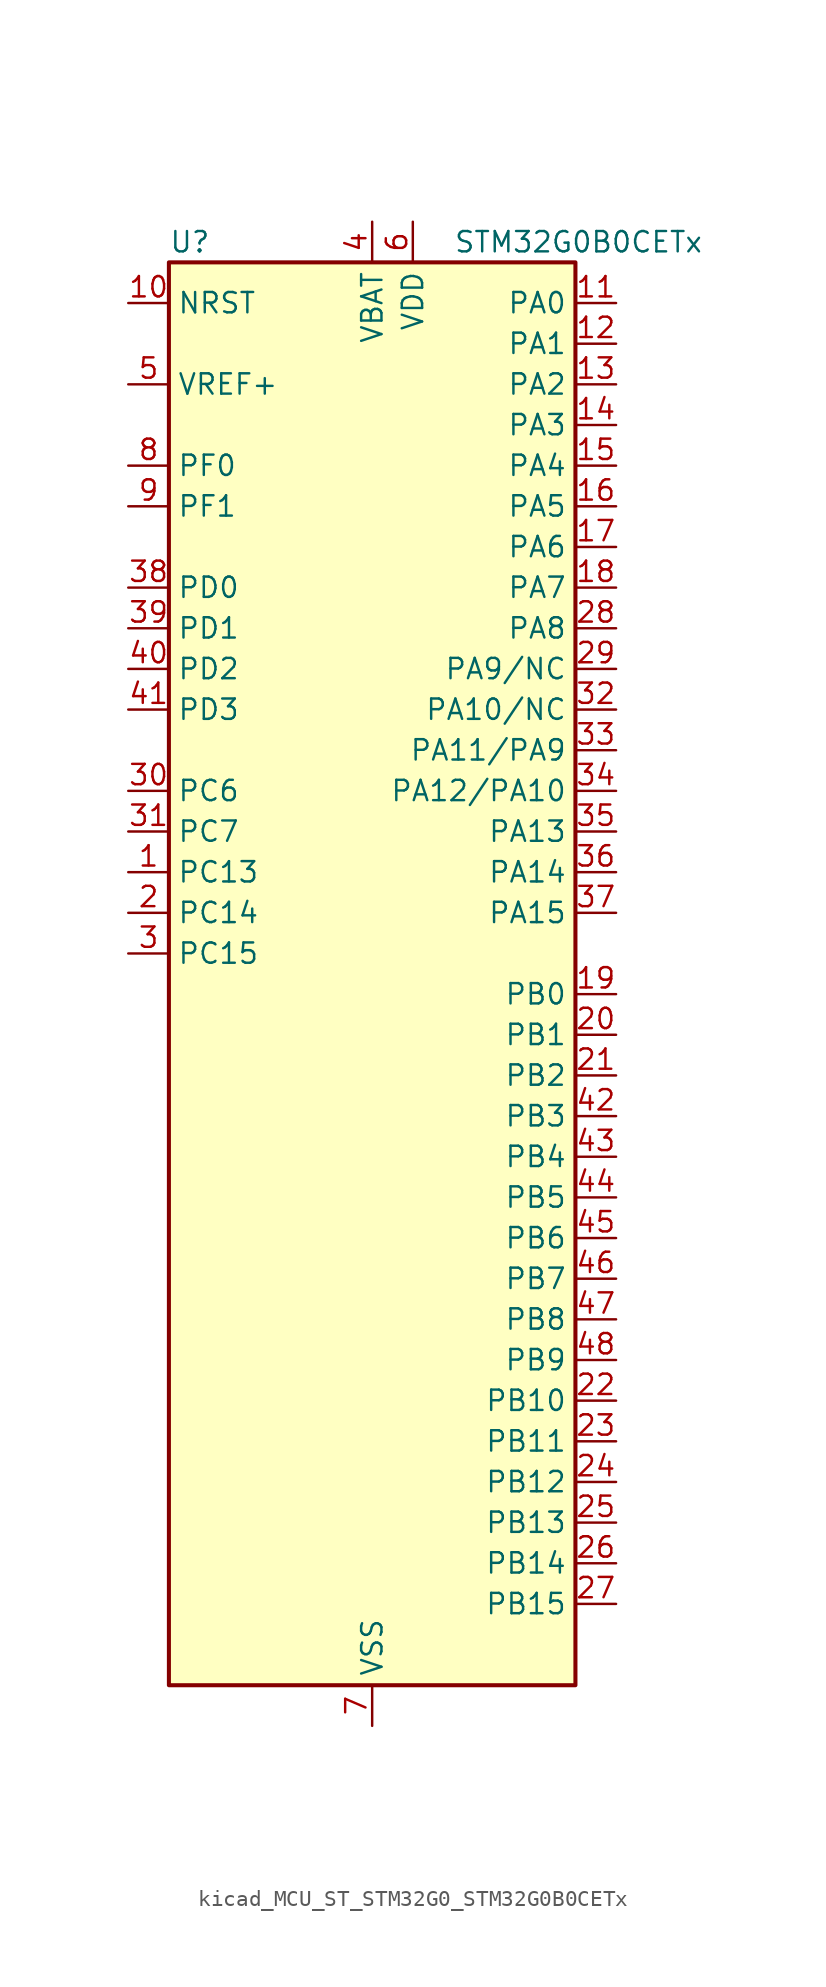
<source format=kicad_sym>
(kicad_symbol_lib
  (version 20220914)
  (generator kicad_symbol_editor)
  (symbol "kicad_MCU_ST_STM32G0_STM32G0B0CETx"
    (property "Reference" "U"
      (at -12.7 46.99 0)
      (effects (font (size 1.27 1.27)) (justify left)))
    (property "Value" "STM32G0B0CETx"
      (at 5.08 46.99 0)
      (effects (font (size 1.27 1.27)) (justify left)))
    (property "ki_locked" ""
      (at 0 0 0)
      (effects (font (size 1.27 1.27))))
    (symbol "kicad_MCU_ST_STM32G0_STM32G0B0CETx_0_1"
      (rectangle (start -12.7 -43.18) (end 12.7 45.72) (stroke (width 0.254) (type default)) (fill (type background))))
    (symbol "kicad_MCU_ST_STM32G0_STM32G0B0CETx_1_1"
      (pin bidirectional line (at -15.24 7.62 0) (length 2.54) (name "PC13" (effects (font (size 1.27 1.27)))) (number "1" (effects (font (size 1.27 1.27)))) (alternate "RTC_OUT1" bidirectional line) (alternate "RTC_TAMP_IN1" bidirectional line) (alternate "RTC_TS" bidirectional line) (alternate "SYS_WKUP2" bidirectional line) (alternate "TIM1_BK" bidirectional line))
      (pin input line (at -15.24 43.18 0) (length 2.54) (name "NRST" (effects (font (size 1.27 1.27)))) (number "10" (effects (font (size 1.27 1.27)))))
      (pin bidirectional line (at 15.24 43.18 180) (length 2.54) (name "PA0" (effects (font (size 1.27 1.27)))) (number "11" (effects (font (size 1.27 1.27)))) (alternate "ADC1_IN0" bidirectional line) (alternate "I2S2_CK" bidirectional line) (alternate "RTC_TAMP_IN2" bidirectional line) (alternate "SPI2_SCK" bidirectional line) (alternate "SYS_WKUP1" bidirectional line) (alternate "USART2_CTS" bidirectional line) (alternate "USART2_NSS" bidirectional line) (alternate "USART4_TX" bidirectional line))
      (pin bidirectional line (at 15.24 40.64 180) (length 2.54) (name "PA1" (effects (font (size 1.27 1.27)))) (number "12" (effects (font (size 1.27 1.27)))) (alternate "ADC1_IN1" bidirectional line) (alternate "I2C1_SMBA" bidirectional line) (alternate "I2S1_CK" bidirectional line) (alternate "SPI1_SCK" bidirectional line) (alternate "TIM15_CH1N" bidirectional line) (alternate "USART2_CK" bidirectional line) (alternate "USART2_DE" bidirectional line) (alternate "USART2_RTS" bidirectional line) (alternate "USART4_RX" bidirectional line))
      (pin bidirectional line (at 15.24 38.1 180) (length 2.54) (name "PA2" (effects (font (size 1.27 1.27)))) (number "13" (effects (font (size 1.27 1.27)))) (alternate "ADC1_IN2" bidirectional line) (alternate "I2S1_SD" bidirectional line) (alternate "RCC_LSCO" bidirectional line) (alternate "SPI1_MOSI" bidirectional line) (alternate "SYS_WKUP4" bidirectional line) (alternate "TIM15_CH1" bidirectional line) (alternate "USART2_TX" bidirectional line))
      (pin bidirectional line (at 15.24 35.56 180) (length 2.54) (name "PA3" (effects (font (size 1.27 1.27)))) (number "14" (effects (font (size 1.27 1.27)))) (alternate "ADC1_IN3" bidirectional line) (alternate "I2S2_MCK" bidirectional line) (alternate "SPI2_MISO" bidirectional line) (alternate "TIM15_CH2" bidirectional line) (alternate "USART2_RX" bidirectional line))
      (pin bidirectional line (at 15.24 33.02 180) (length 2.54) (name "PA4" (effects (font (size 1.27 1.27)))) (number "15" (effects (font (size 1.27 1.27)))) (alternate "ADC1_IN4" bidirectional line) (alternate "I2S1_WS" bidirectional line) (alternate "I2S2_SD" bidirectional line) (alternate "RTC_OUT2" bidirectional line) (alternate "SPI1_NSS" bidirectional line) (alternate "SPI2_MOSI" bidirectional line) (alternate "SPI3_NSS" bidirectional line) (alternate "TIM14_CH1" bidirectional line) (alternate "USART6_TX" bidirectional line) (alternate "USB_NOE" bidirectional line))
      (pin bidirectional line (at 15.24 30.48 180) (length 2.54) (name "PA5" (effects (font (size 1.27 1.27)))) (number "16" (effects (font (size 1.27 1.27)))) (alternate "ADC1_IN5" bidirectional line) (alternate "I2S1_CK" bidirectional line) (alternate "SPI1_SCK" bidirectional line) (alternate "USART3_TX" bidirectional line) (alternate "USART6_RX" bidirectional line))
      (pin bidirectional line (at 15.24 27.94 180) (length 2.54) (name "PA6" (effects (font (size 1.27 1.27)))) (number "17" (effects (font (size 1.27 1.27)))) (alternate "ADC1_IN6" bidirectional line) (alternate "I2C2_SDA" bidirectional line) (alternate "I2C3_SDA" bidirectional line) (alternate "I2S1_MCK" bidirectional line) (alternate "SPI1_MISO" bidirectional line) (alternate "TIM16_CH1" bidirectional line) (alternate "TIM1_BK" bidirectional line) (alternate "TIM3_CH1" bidirectional line) (alternate "USART3_CTS" bidirectional line) (alternate "USART3_NSS" bidirectional line) (alternate "USART6_CTS" bidirectional line) (alternate "USART6_NSS" bidirectional line))
      (pin bidirectional line (at 15.24 25.4 180) (length 2.54) (name "PA7" (effects (font (size 1.27 1.27)))) (number "18" (effects (font (size 1.27 1.27)))) (alternate "ADC1_IN7" bidirectional line) (alternate "I2C2_SCL" bidirectional line) (alternate "I2C3_SCL" bidirectional line) (alternate "I2S1_SD" bidirectional line) (alternate "SPI1_MOSI" bidirectional line) (alternate "TIM14_CH1" bidirectional line) (alternate "TIM17_CH1" bidirectional line) (alternate "TIM1_CH1N" bidirectional line) (alternate "TIM3_CH2" bidirectional line) (alternate "USART6_CK" bidirectional line) (alternate "USART6_DE" bidirectional line) (alternate "USART6_RTS" bidirectional line))
      (pin bidirectional line (at 15.24 0 180) (length 2.54) (name "PB0" (effects (font (size 1.27 1.27)))) (number "19" (effects (font (size 1.27 1.27)))) (alternate "ADC1_IN8" bidirectional line) (alternate "I2S1_WS" bidirectional line) (alternate "SPI1_NSS" bidirectional line) (alternate "TIM1_CH2N" bidirectional line) (alternate "TIM3_CH3" bidirectional line) (alternate "USART3_RX" bidirectional line) (alternate "USART5_TX" bidirectional line))
      (pin bidirectional line (at -15.24 5.08 0) (length 2.54) (name "PC14" (effects (font (size 1.27 1.27)))) (number "2" (effects (font (size 1.27 1.27)))) (alternate "RCC_OSC32_IN" bidirectional line) (alternate "TIM1_BK2" bidirectional line))
      (pin bidirectional line (at 15.24 -2.54 180) (length 2.54) (name "PB1" (effects (font (size 1.27 1.27)))) (number "20" (effects (font (size 1.27 1.27)))) (alternate "ADC1_IN9" bidirectional line) (alternate "TIM14_CH1" bidirectional line) (alternate "TIM1_CH3N" bidirectional line) (alternate "TIM3_CH4" bidirectional line) (alternate "USART3_CK" bidirectional line) (alternate "USART3_DE" bidirectional line) (alternate "USART3_RTS" bidirectional line) (alternate "USART5_RX" bidirectional line))
      (pin bidirectional line (at 15.24 -5.08 180) (length 2.54) (name "PB2" (effects (font (size 1.27 1.27)))) (number "21" (effects (font (size 1.27 1.27)))) (alternate "ADC1_IN10" bidirectional line) (alternate "I2S2_MCK" bidirectional line) (alternate "RCC_MCO_2" bidirectional line) (alternate "SPI2_MISO" bidirectional line) (alternate "USART3_TX" bidirectional line))
      (pin bidirectional line (at 15.24 -25.4 180) (length 2.54) (name "PB10" (effects (font (size 1.27 1.27)))) (number "22" (effects (font (size 1.27 1.27)))) (alternate "ADC1_IN11" bidirectional line) (alternate "I2C2_SCL" bidirectional line) (alternate "I2S2_CK" bidirectional line) (alternate "SPI2_SCK" bidirectional line) (alternate "USART3_TX" bidirectional line))
      (pin bidirectional line (at 15.24 -27.94 180) (length 2.54) (name "PB11" (effects (font (size 1.27 1.27)))) (number "23" (effects (font (size 1.27 1.27)))) (alternate "ADC1_EXTI11" bidirectional line) (alternate "ADC1_IN15" bidirectional line) (alternate "I2C2_SDA" bidirectional line) (alternate "I2S2_SD" bidirectional line) (alternate "SPI2_MOSI" bidirectional line) (alternate "USART3_RX" bidirectional line))
      (pin bidirectional line (at 15.24 -30.48 180) (length 2.54) (name "PB12" (effects (font (size 1.27 1.27)))) (number "24" (effects (font (size 1.27 1.27)))) (alternate "ADC1_IN16" bidirectional line) (alternate "I2C2_SMBA" bidirectional line) (alternate "I2S2_WS" bidirectional line) (alternate "SPI2_NSS" bidirectional line) (alternate "TIM15_BK" bidirectional line) (alternate "TIM1_BK" bidirectional line))
      (pin bidirectional line (at 15.24 -33.02 180) (length 2.54) (name "PB13" (effects (font (size 1.27 1.27)))) (number "25" (effects (font (size 1.27 1.27)))) (alternate "I2C2_SCL" bidirectional line) (alternate "I2S2_CK" bidirectional line) (alternate "SPI2_SCK" bidirectional line) (alternate "TIM15_CH1N" bidirectional line) (alternate "TIM1_CH1N" bidirectional line) (alternate "USART3_CTS" bidirectional line) (alternate "USART3_NSS" bidirectional line))
      (pin bidirectional line (at 15.24 -35.56 180) (length 2.54) (name "PB14" (effects (font (size 1.27 1.27)))) (number "26" (effects (font (size 1.27 1.27)))) (alternate "I2C2_SDA" bidirectional line) (alternate "I2S2_MCK" bidirectional line) (alternate "SPI2_MISO" bidirectional line) (alternate "TIM15_CH1" bidirectional line) (alternate "TIM1_CH2N" bidirectional line) (alternate "USART3_CK" bidirectional line) (alternate "USART3_DE" bidirectional line) (alternate "USART3_RTS" bidirectional line) (alternate "USART6_CK" bidirectional line) (alternate "USART6_DE" bidirectional line) (alternate "USART6_RTS" bidirectional line))
      (pin bidirectional line (at 15.24 -38.1 180) (length 2.54) (name "PB15" (effects (font (size 1.27 1.27)))) (number "27" (effects (font (size 1.27 1.27)))) (alternate "I2S2_SD" bidirectional line) (alternate "RTC_REFIN" bidirectional line) (alternate "SPI2_MOSI" bidirectional line) (alternate "TIM15_CH1N" bidirectional line) (alternate "TIM15_CH2" bidirectional line) (alternate "TIM1_CH3N" bidirectional line) (alternate "USART6_CTS" bidirectional line) (alternate "USART6_NSS" bidirectional line))
      (pin bidirectional line (at 15.24 22.86 180) (length 2.54) (name "PA8" (effects (font (size 1.27 1.27)))) (number "28" (effects (font (size 1.27 1.27)))) (alternate "CRS1_SYNC" bidirectional line) (alternate "I2C2_SMBA" bidirectional line) (alternate "I2S2_WS" bidirectional line) (alternate "RCC_MCO" bidirectional line) (alternate "SPI2_NSS" bidirectional line) (alternate "TIM1_CH1" bidirectional line))
      (pin bidirectional line (at 15.24 20.32 180) (length 2.54) (name "PA9/NC" (effects (font (size 1.27 1.27)))) (number "29" (effects (font (size 1.27 1.27)))) (alternate "I2C1_SCL" bidirectional line) (alternate "I2C2_SCL" bidirectional line) (alternate "I2S2_MCK" bidirectional line) (alternate "RCC_MCO" bidirectional line) (alternate "SPI2_MISO" bidirectional line) (alternate "TIM15_BK" bidirectional line) (alternate "TIM1_CH2" bidirectional line) (alternate "USART1_TX" bidirectional line))
      (pin bidirectional line (at -15.24 2.54 0) (length 2.54) (name "PC15" (effects (font (size 1.27 1.27)))) (number "3" (effects (font (size 1.27 1.27)))) (alternate "RCC_OSC32_EN" bidirectional line) (alternate "RCC_OSC32_OUT" bidirectional line) (alternate "RCC_OSC_EN" bidirectional line) (alternate "TIM15_BK" bidirectional line))
      (pin bidirectional line (at -15.24 12.7 0) (length 2.54) (name "PC6" (effects (font (size 1.27 1.27)))) (number "30" (effects (font (size 1.27 1.27)))) (alternate "TIM3_CH1" bidirectional line))
      (pin bidirectional line (at -15.24 10.16 0) (length 2.54) (name "PC7" (effects (font (size 1.27 1.27)))) (number "31" (effects (font (size 1.27 1.27)))) (alternate "TIM3_CH2" bidirectional line))
      (pin bidirectional line (at 15.24 17.78 180) (length 2.54) (name "PA10/NC" (effects (font (size 1.27 1.27)))) (number "32" (effects (font (size 1.27 1.27)))) (alternate "I2C1_SDA" bidirectional line) (alternate "I2C2_SDA" bidirectional line) (alternate "I2S2_SD" bidirectional line) (alternate "RCC_MCO_2" bidirectional line) (alternate "SPI2_MOSI" bidirectional line) (alternate "TIM17_BK" bidirectional line) (alternate "TIM1_CH3" bidirectional line) (alternate "USART1_RX" bidirectional line))
      (pin bidirectional line (at 15.24 15.24 180) (length 2.54) (name "PA11/PA9" (effects (font (size 1.27 1.27)))) (number "33" (effects (font (size 1.27 1.27)))) (alternate "ADC1_EXTI11" bidirectional line) (alternate "I2C2_SCL" bidirectional line) (alternate "I2S1_MCK" bidirectional line) (alternate "SPI1_MISO" bidirectional line) (alternate "TIM1_BK2" bidirectional line) (alternate "TIM1_CH4" bidirectional line) (alternate "USART1_CTS" bidirectional line) (alternate "USART1_NSS" bidirectional line) (alternate "USB_DM" bidirectional line))
      (pin bidirectional line (at 15.24 12.7 180) (length 2.54) (name "PA12/PA10" (effects (font (size 1.27 1.27)))) (number "34" (effects (font (size 1.27 1.27)))) (alternate "I2C2_SDA" bidirectional line) (alternate "I2S1_SD" bidirectional line) (alternate "I2S_CKIN" bidirectional line) (alternate "SPI1_MOSI" bidirectional line) (alternate "TIM1_ETR" bidirectional line) (alternate "USART1_CK" bidirectional line) (alternate "USART1_DE" bidirectional line) (alternate "USART1_RTS" bidirectional line) (alternate "USB_DP" bidirectional line))
      (pin bidirectional line (at 15.24 10.16 180) (length 2.54) (name "PA13" (effects (font (size 1.27 1.27)))) (number "35" (effects (font (size 1.27 1.27)))) (alternate "IR_OUT" bidirectional line) (alternate "SYS_SWDIO" bidirectional line) (alternate "USB_NOE" bidirectional line))
      (pin bidirectional line (at 15.24 7.62 180) (length 2.54) (name "PA14" (effects (font (size 1.27 1.27)))) (number "36" (effects (font (size 1.27 1.27)))) (alternate "SYS_SWCLK" bidirectional line) (alternate "USART2_TX" bidirectional line))
      (pin bidirectional line (at 15.24 5.08 180) (length 2.54) (name "PA15" (effects (font (size 1.27 1.27)))) (number "37" (effects (font (size 1.27 1.27)))) (alternate "I2C2_SMBA" bidirectional line) (alternate "I2S1_WS" bidirectional line) (alternate "RCC_MCO_2" bidirectional line) (alternate "SPI1_NSS" bidirectional line) (alternate "SPI3_NSS" bidirectional line) (alternate "USART2_RX" bidirectional line) (alternate "USART3_CK" bidirectional line) (alternate "USART3_DE" bidirectional line) (alternate "USART3_RTS" bidirectional line) (alternate "USART4_CK" bidirectional line) (alternate "USART4_DE" bidirectional line) (alternate "USART4_RTS" bidirectional line) (alternate "USB_NOE" bidirectional line))
      (pin bidirectional line (at -15.24 25.4 0) (length 2.54) (name "PD0" (effects (font (size 1.27 1.27)))) (number "38" (effects (font (size 1.27 1.27)))) (alternate "I2S2_WS" bidirectional line) (alternate "SPI2_NSS" bidirectional line) (alternate "TIM16_CH1" bidirectional line))
      (pin bidirectional line (at -15.24 22.86 0) (length 2.54) (name "PD1" (effects (font (size 1.27 1.27)))) (number "39" (effects (font (size 1.27 1.27)))) (alternate "I2S2_CK" bidirectional line) (alternate "SPI2_SCK" bidirectional line) (alternate "TIM17_CH1" bidirectional line))
      (pin power_in line (at 0 48.26 270) (length 2.54) (name "VBAT" (effects (font (size 1.27 1.27)))) (number "4" (effects (font (size 1.27 1.27)))))
      (pin bidirectional line (at -15.24 20.32 0) (length 2.54) (name "PD2" (effects (font (size 1.27 1.27)))) (number "40" (effects (font (size 1.27 1.27)))) (alternate "TIM1_CH1N" bidirectional line) (alternate "TIM3_ETR" bidirectional line) (alternate "USART3_CK" bidirectional line) (alternate "USART3_DE" bidirectional line) (alternate "USART3_RTS" bidirectional line) (alternate "USART5_RX" bidirectional line))
      (pin bidirectional line (at -15.24 17.78 0) (length 2.54) (name "PD3" (effects (font (size 1.27 1.27)))) (number "41" (effects (font (size 1.27 1.27)))) (alternate "I2S2_MCK" bidirectional line) (alternate "SPI2_MISO" bidirectional line) (alternate "TIM1_CH2N" bidirectional line) (alternate "USART2_CTS" bidirectional line) (alternate "USART2_NSS" bidirectional line) (alternate "USART5_TX" bidirectional line))
      (pin bidirectional line (at 15.24 -7.62 180) (length 2.54) (name "PB3" (effects (font (size 1.27 1.27)))) (number "42" (effects (font (size 1.27 1.27)))) (alternate "I2C2_SCL" bidirectional line) (alternate "I2C3_SCL" bidirectional line) (alternate "I2S1_CK" bidirectional line) (alternate "SPI1_SCK" bidirectional line) (alternate "SPI3_SCK" bidirectional line) (alternate "TIM1_CH2" bidirectional line) (alternate "USART1_CK" bidirectional line) (alternate "USART1_DE" bidirectional line) (alternate "USART1_RTS" bidirectional line) (alternate "USART5_TX" bidirectional line))
      (pin bidirectional line (at 15.24 -10.16 180) (length 2.54) (name "PB4" (effects (font (size 1.27 1.27)))) (number "43" (effects (font (size 1.27 1.27)))) (alternate "I2C2_SDA" bidirectional line) (alternate "I2C3_SDA" bidirectional line) (alternate "I2S1_MCK" bidirectional line) (alternate "SPI1_MISO" bidirectional line) (alternate "SPI3_MISO" bidirectional line) (alternate "TIM17_BK" bidirectional line) (alternate "TIM3_CH1" bidirectional line) (alternate "USART1_CTS" bidirectional line) (alternate "USART1_NSS" bidirectional line) (alternate "USART5_RX" bidirectional line))
      (pin bidirectional line (at 15.24 -12.7 180) (length 2.54) (name "PB5" (effects (font (size 1.27 1.27)))) (number "44" (effects (font (size 1.27 1.27)))) (alternate "I2C1_SMBA" bidirectional line) (alternate "I2S1_SD" bidirectional line) (alternate "SPI1_MOSI" bidirectional line) (alternate "SPI3_MOSI" bidirectional line) (alternate "SYS_WKUP6" bidirectional line) (alternate "TIM16_BK" bidirectional line) (alternate "TIM3_CH2" bidirectional line) (alternate "USART5_CK" bidirectional line) (alternate "USART5_DE" bidirectional line) (alternate "USART5_RTS" bidirectional line))
      (pin bidirectional line (at 15.24 -15.24 180) (length 2.54) (name "PB6" (effects (font (size 1.27 1.27)))) (number "45" (effects (font (size 1.27 1.27)))) (alternate "I2C1_SCL" bidirectional line) (alternate "I2S2_MCK" bidirectional line) (alternate "SPI2_MISO" bidirectional line) (alternate "TIM16_CH1N" bidirectional line) (alternate "TIM1_CH3" bidirectional line) (alternate "TIM4_CH1" bidirectional line) (alternate "USART1_TX" bidirectional line) (alternate "USART5_CTS" bidirectional line) (alternate "USART5_NSS" bidirectional line))
      (pin bidirectional line (at 15.24 -17.78 180) (length 2.54) (name "PB7" (effects (font (size 1.27 1.27)))) (number "46" (effects (font (size 1.27 1.27)))) (alternate "I2C1_SDA" bidirectional line) (alternate "I2S2_SD" bidirectional line) (alternate "SPI2_MOSI" bidirectional line) (alternate "TIM17_CH1N" bidirectional line) (alternate "TIM4_CH2" bidirectional line) (alternate "USART1_RX" bidirectional line) (alternate "USART4_CTS" bidirectional line) (alternate "USART4_NSS" bidirectional line))
      (pin bidirectional line (at 15.24 -20.32 180) (length 2.54) (name "PB8" (effects (font (size 1.27 1.27)))) (number "47" (effects (font (size 1.27 1.27)))) (alternate "I2C1_SCL" bidirectional line) (alternate "I2S2_CK" bidirectional line) (alternate "SPI2_SCK" bidirectional line) (alternate "TIM15_BK" bidirectional line) (alternate "TIM16_CH1" bidirectional line) (alternate "TIM4_CH3" bidirectional line) (alternate "USART3_TX" bidirectional line) (alternate "USART6_TX" bidirectional line))
      (pin bidirectional line (at 15.24 -22.86 180) (length 2.54) (name "PB9" (effects (font (size 1.27 1.27)))) (number "48" (effects (font (size 1.27 1.27)))) (alternate "I2C1_SDA" bidirectional line) (alternate "I2S2_WS" bidirectional line) (alternate "IR_OUT" bidirectional line) (alternate "SPI2_NSS" bidirectional line) (alternate "TIM17_CH1" bidirectional line) (alternate "TIM4_CH4" bidirectional line) (alternate "USART3_RX" bidirectional line) (alternate "USART6_RX" bidirectional line))
      (pin input line (at -15.24 38.1 0) (length 2.54) (name "VREF+" (effects (font (size 1.27 1.27)))) (number "5" (effects (font (size 1.27 1.27)))))
      (pin power_in line (at 2.54 48.26 270) (length 2.54) (name "VDD" (effects (font (size 1.27 1.27)))) (number "6" (effects (font (size 1.27 1.27)))))
      (pin power_in line (at 0 -45.72 90) (length 2.54) (name "VSS" (effects (font (size 1.27 1.27)))) (number "7" (effects (font (size 1.27 1.27)))))
      (pin bidirectional line (at -15.24 33.02 0) (length 2.54) (name "PF0" (effects (font (size 1.27 1.27)))) (number "8" (effects (font (size 1.27 1.27)))) (alternate "CRS1_SYNC" bidirectional line) (alternate "RCC_OSC_IN" bidirectional line) (alternate "TIM14_CH1" bidirectional line))
      (pin bidirectional line (at -15.24 30.48 0) (length 2.54) (name "PF1" (effects (font (size 1.27 1.27)))) (number "9" (effects (font (size 1.27 1.27)))) (alternate "RCC_OSC_EN" bidirectional line) (alternate "RCC_OSC_OUT" bidirectional line) (alternate "TIM15_CH1N" bidirectional line)))))
</source>
